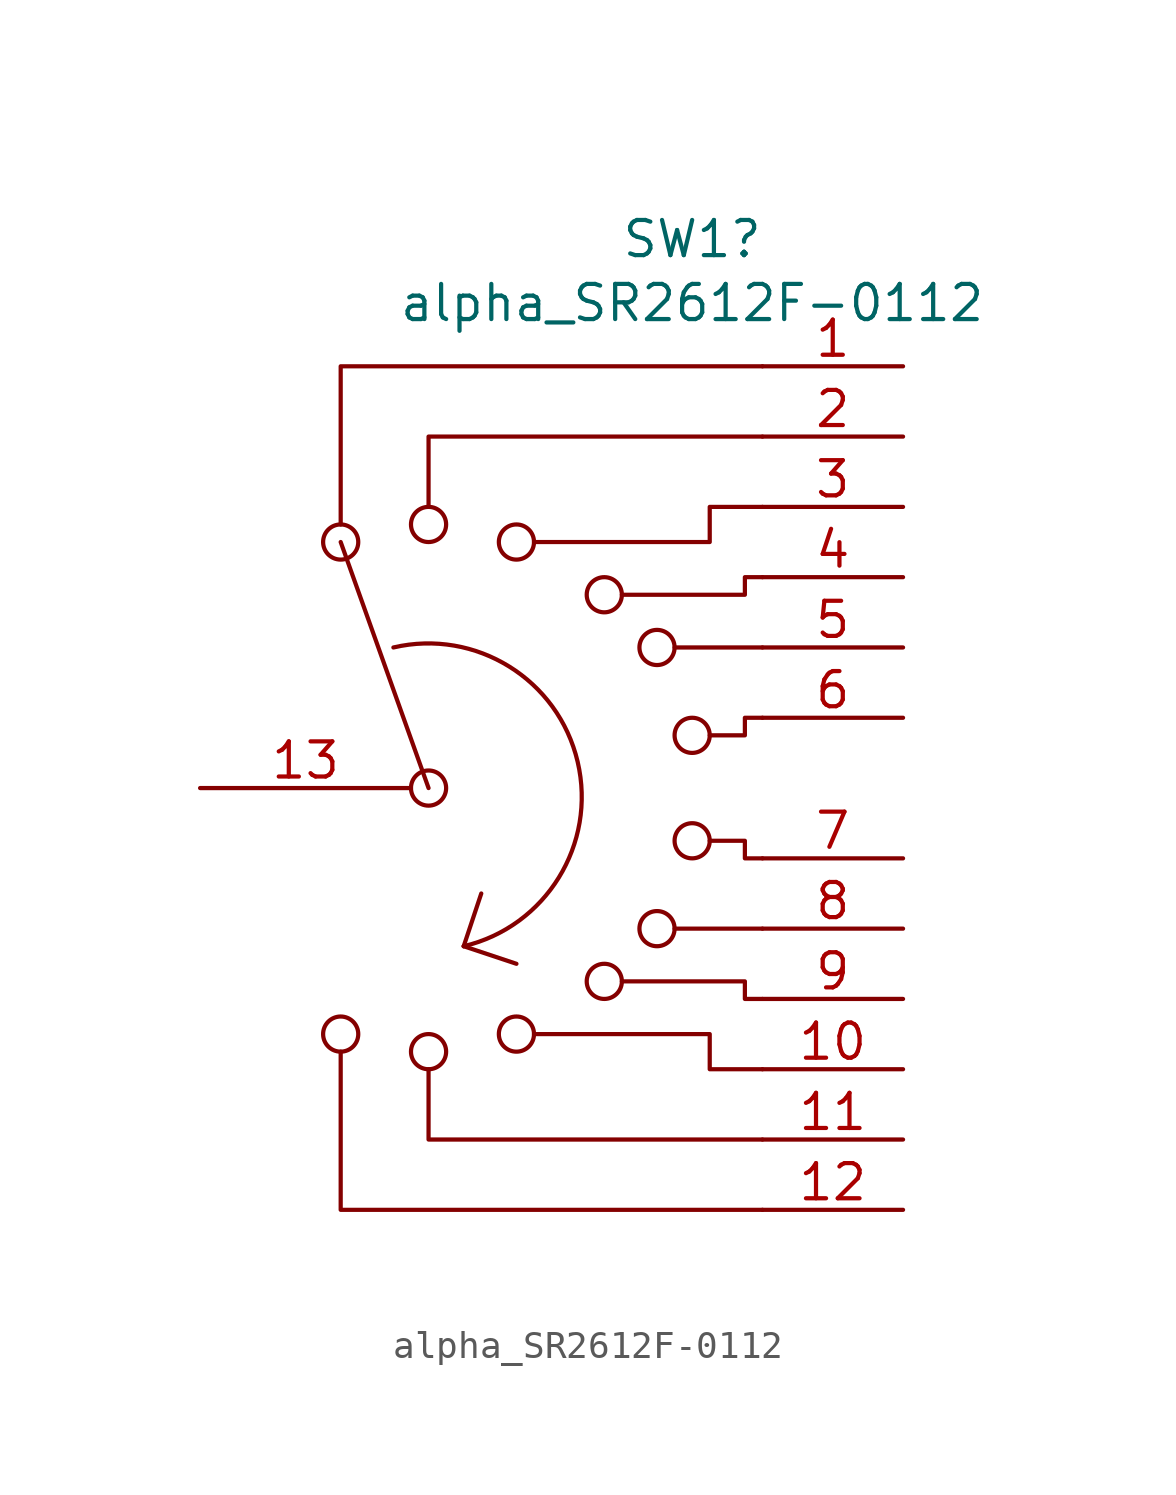
<source format=kicad_sym>
(kicad_symbol_lib
  (version 20211014)
  (generator kicad_symbol_editor)
  (symbol "alpha_SR2612F-0112"
    (pin_names
      (offset 1.016) hide)
    (property "Reference" "SW1"
      (at 2.54 19.837 0)
      (effects (font (size 1.27 1.27))))
    (property "Value" "alpha_SR2612F-0112"
      (at 2.54 17.526 0)
      (effects (font (size 1.27 1.27))))
    (symbol "alpha_SR2612F-0112_0_0"
      (circle (center -10.16 -8.89) (radius 0.635) (stroke (width 0) (type default) (color 0 0 0 0)) (fill (type none)))
      (circle (center -10.16 8.89) (radius 0.635) (stroke (width 0) (type default) (color 0 0 0 0)) (fill (type none)))
      (circle (center -6.985 -9.525) (radius 0.635) (stroke (width 0) (type default) (color 0 0 0 0)) (fill (type none)))
      (circle (center -6.985 0) (radius 0.635) (stroke (width 0) (type default) (color 0 0 0 0)) (fill (type none)))
      (circle (center -6.985 9.525) (radius 0.635) (stroke (width 0) (type default) (color 0 0 0 0)) (fill (type none)))
      (arc (start -5.715 -5.715) (mid -1.5995 0.937) (end -8.255 5.08) (stroke (width 0) (type default) (color 0 0 0 0)) (fill (type none)))
      (circle (center -3.81 -8.89) (radius 0.635) (stroke (width 0) (type default) (color 0 0 0 0)) (fill (type none)))
      (circle (center -3.81 8.89) (radius 0.635) (stroke (width 0) (type default) (color 0 0 0 0)) (fill (type none)))
      (circle (center -0.635 -6.985) (radius 0.635) (stroke (width 0) (type default) (color 0 0 0 0)) (fill (type none)))
      (circle (center -0.635 6.985) (radius 0.635) (stroke (width 0) (type default) (color 0 0 0 0)) (fill (type none)))
      (polyline (pts (xy -6.985 0) (xy -10.16 8.89)) (stroke (width 0) (type default) (color 0 0 0 0)) (fill (type none)))
      (polyline (pts (xy -5.715 -5.715) (xy -5.08 -3.81)) (stroke (width 0) (type default) (color 0 0 0 0)) (fill (type none)))
      (polyline (pts (xy -5.715 -5.715) (xy -3.81 -6.35)) (stroke (width 0) (type default) (color 0 0 0 0)) (fill (type none)))
      (polyline (pts (xy 1.905 -5.08) (xy 5.08 -5.08)) (stroke (width 0) (type default) (color 0 0 0 0)) (fill (type none)))
      (polyline (pts (xy 1.905 5.08) (xy 5.08 5.08)) (stroke (width 0) (type default) (color 0 0 0 0)) (fill (type none)))
      (polyline (pts (xy -10.16 -9.525) (xy -10.16 -15.24) (xy 5.08 -15.24)) (stroke (width 0) (type default) (color 0 0 0 0)) (fill (type none)))
      (polyline (pts (xy -10.16 9.525) (xy -10.16 15.24) (xy 5.08 15.24)) (stroke (width 0) (type default) (color 0 0 0 0)) (fill (type none)))
      (polyline (pts (xy -6.985 -10.16) (xy -6.985 -12.7) (xy 5.08 -12.7)) (stroke (width 0) (type default) (color 0 0 0 0)) (fill (type none)))
      (polyline (pts (xy -6.985 10.16) (xy -6.985 12.7) (xy 5.08 12.7)) (stroke (width 0) (type default) (color 0 0 0 0)) (fill (type none)))
      (polyline (pts (xy -3.175 -8.89) (xy 3.175 -8.89) (xy 3.175 -10.16) (xy 5.08 -10.16)) (stroke (width 0) (type default) (color 0 0 0 0)) (fill (type none)))
      (polyline (pts (xy -3.175 8.89) (xy 3.175 8.89) (xy 3.175 10.16) (xy 5.08 10.16)) (stroke (width 0) (type default) (color 0 0 0 0)) (fill (type none)))
      (polyline (pts (xy 0 -6.985) (xy 4.445 -6.985) (xy 4.445 -7.62) (xy 5.08 -7.62)) (stroke (width 0) (type default) (color 0 0 0 0)) (fill (type none)))
      (polyline (pts (xy 0 6.985) (xy 4.445 6.985) (xy 4.445 7.62) (xy 5.08 7.62)) (stroke (width 0) (type default) (color 0 0 0 0)) (fill (type none)))
      (polyline (pts (xy 3.175 -1.905) (xy 4.445 -1.905) (xy 4.445 -2.54) (xy 5.08 -2.54)) (stroke (width 0) (type default) (color 0 0 0 0)) (fill (type none)))
      (polyline (pts (xy 3.175 1.905) (xy 4.445 1.905) (xy 4.445 2.54) (xy 5.08 2.54)) (stroke (width 0) (type default) (color 0 0 0 0)) (fill (type none)))
      (circle (center 1.27 -5.08) (radius 0.635) (stroke (width 0) (type default) (color 0 0 0 0)) (fill (type none)))
      (circle (center 1.27 5.08) (radius 0.635) (stroke (width 0) (type default) (color 0 0 0 0)) (fill (type none)))
      (circle (center 2.54 -1.905) (radius 0.635) (stroke (width 0) (type default) (color 0 0 0 0)) (fill (type none)))
      (circle (center 2.54 1.905) (radius 0.635) (stroke (width 0) (type default) (color 0 0 0 0)) (fill (type none))))
    (symbol "alpha_SR2612F-0112_0_1"
      (pin passive line (at 10.16 15.24 180) (length 5.08) (name "1" (effects (font (size 1.27 1.27)))) (number "1" (effects (font (size 1.27 1.27)))))
      (pin passive line (at 10.16 -10.16 180) (length 5.08) (name "10" (effects (font (size 1.27 1.27)))) (number "10" (effects (font (size 1.27 1.27)))))
      (pin passive line (at 10.16 -12.7 180) (length 5.08) (name "11" (effects (font (size 1.27 1.27)))) (number "11" (effects (font (size 1.27 1.27)))))
      (pin passive line (at 10.16 -15.24 180) (length 5.08) (name "12" (effects (font (size 1.27 1.27)))) (number "12" (effects (font (size 1.27 1.27)))))
      (pin passive line (at -15.24 0 0) (length 7.62) (name "13" (effects (font (size 1.27 1.27)))) (number "13" (effects (font (size 1.27 1.27)))))
      (pin passive line (at 10.16 12.7 180) (length 5.08) (name "2" (effects (font (size 1.27 1.27)))) (number "2" (effects (font (size 1.27 1.27)))))
      (pin passive line (at 10.16 10.16 180) (length 5.08) (name "3" (effects (font (size 1.27 1.27)))) (number "3" (effects (font (size 1.27 1.27)))))
      (pin passive line (at 10.16 7.62 180) (length 5.08) (name "4" (effects (font (size 1.27 1.27)))) (number "4" (effects (font (size 1.27 1.27)))))
      (pin passive line (at 10.16 5.08 180) (length 5.08) (name "5" (effects (font (size 1.27 1.27)))) (number "5" (effects (font (size 1.27 1.27)))))
      (pin passive line (at 10.16 2.54 180) (length 5.08) (name "6" (effects (font (size 1.27 1.27)))) (number "6" (effects (font (size 1.27 1.27)))))
      (pin passive line (at 10.16 -2.54 180) (length 5.08) (name "7" (effects (font (size 1.27 1.27)))) (number "7" (effects (font (size 1.27 1.27)))))
      (pin passive line (at 10.16 -5.08 180) (length 5.08) (name "8" (effects (font (size 1.27 1.27)))) (number "8" (effects (font (size 1.27 1.27)))))
      (pin passive line (at 10.16 -7.62 180) (length 5.08) (name "9" (effects (font (size 1.27 1.27)))) (number "9" (effects (font (size 1.27 1.27))))))))
</source>
